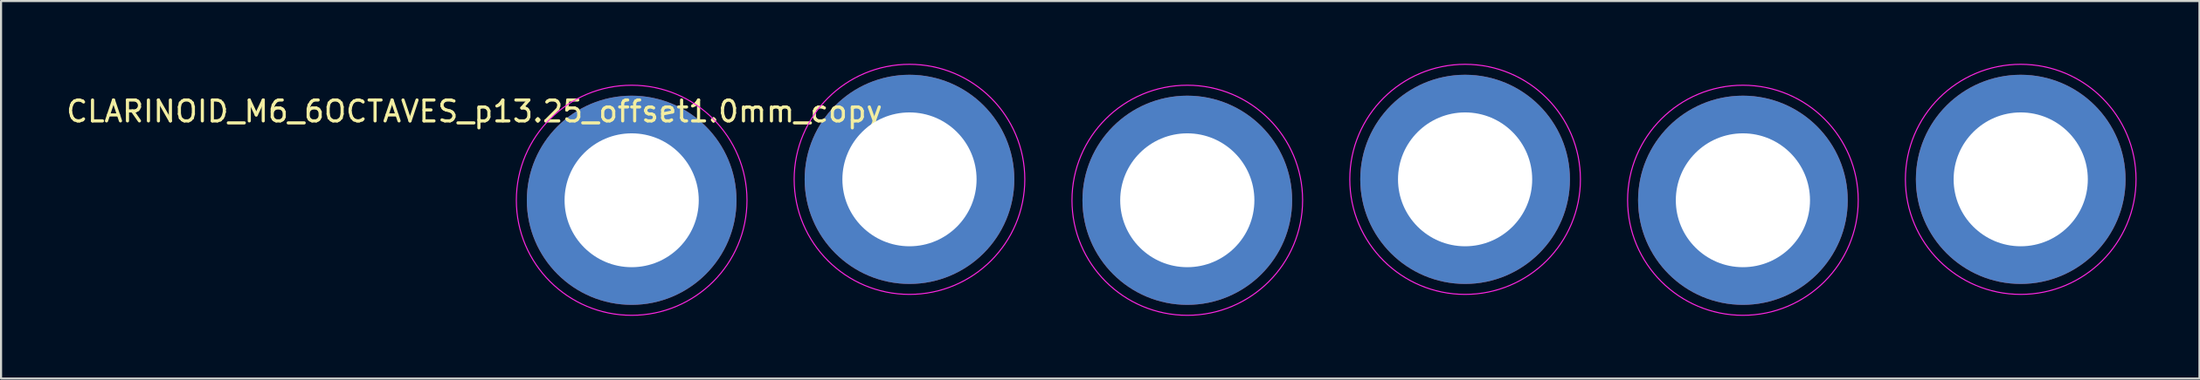
<source format=kicad_pcb>
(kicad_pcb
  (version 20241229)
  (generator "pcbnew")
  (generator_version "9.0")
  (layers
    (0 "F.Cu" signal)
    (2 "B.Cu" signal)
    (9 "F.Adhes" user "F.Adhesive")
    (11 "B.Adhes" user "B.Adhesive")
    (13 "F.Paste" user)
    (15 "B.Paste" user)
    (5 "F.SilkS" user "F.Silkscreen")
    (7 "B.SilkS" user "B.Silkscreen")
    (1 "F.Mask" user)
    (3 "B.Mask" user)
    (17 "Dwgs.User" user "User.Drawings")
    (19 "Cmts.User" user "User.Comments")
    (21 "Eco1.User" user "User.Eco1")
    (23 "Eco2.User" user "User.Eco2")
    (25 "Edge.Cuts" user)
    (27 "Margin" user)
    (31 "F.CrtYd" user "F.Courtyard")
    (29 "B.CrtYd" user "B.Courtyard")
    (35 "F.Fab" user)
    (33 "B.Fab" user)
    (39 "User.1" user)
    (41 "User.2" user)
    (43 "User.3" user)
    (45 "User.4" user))
  (footprint "CLARINOID_M6_6OCTAVES_p13.25_offset1.0mm_copy"
    (layer "F.Cu")
    (at 27.077 6.525)
    (property "Reference" "CLARINOID_M6_6OCTAVES_p13.25_offset1.0mm_copy" (at -7.5 -4.25 0) (layer "F.SilkS") (effects (font (size 1 1) (thickness 0.15))))
    (attr exclude_from_pos_files exclude_from_bom)
    (fp_circle (center 0 0) (end 5.5 0) (stroke (width 0.05) (type solid)) (fill no) (layer "F.CrtYd"))
    (fp_circle (center 13.25 -1) (end 18.75 -1) (stroke (width 0.05) (type solid)) (fill no) (layer "F.CrtYd"))
    (fp_circle (center 26.5 0) (end 32 0) (stroke (width 0.05) (type solid)) (fill no) (layer "F.CrtYd"))
    (fp_circle (center 39.75 -1) (end 45.25 -1) (stroke (width 0.05) (type solid)) (fill no) (layer "F.CrtYd"))
    (fp_circle (center 53 0) (end 58.5 0) (stroke (width 0.05) (type solid)) (fill no) (layer "F.CrtYd"))
    (fp_circle (center 66.25 -1) (end 71.75 -1) (stroke (width 0.05) (type solid)) (fill no) (layer "F.CrtYd"))
    (pad "1" thru_hole circle (at 0 0) (size 10 10) (drill 6.4) (layers "*.Cu" "*.Mask"))
    (pad "2" thru_hole circle (at 13.25 -1) (size 10 10) (drill 6.4) (layers "*.Cu" "*.Mask"))
    (pad "3" thru_hole circle (at 26.5 0) (size 10 10) (drill 6.4) (layers "*.Cu" "*.Mask"))
    (pad "4" thru_hole circle (at 39.75 -1) (size 10 10) (drill 6.4) (layers "*.Cu" "*.Mask"))
    (pad "5" thru_hole circle (at 53 0) (size 10 10) (drill 6.4) (layers "*.Cu" "*.Mask"))
    (pad "6" thru_hole circle (at 66.25 -1) (size 10 10) (drill 6.4) (layers "*.Cu" "*.Mask")))
  (gr_rect
    (start -3 -3)
    (end 101.852 15.05)
    (stroke (width 0.1) (type default))
    (fill no)
    (layer "Edge.Cuts")))
</source>
